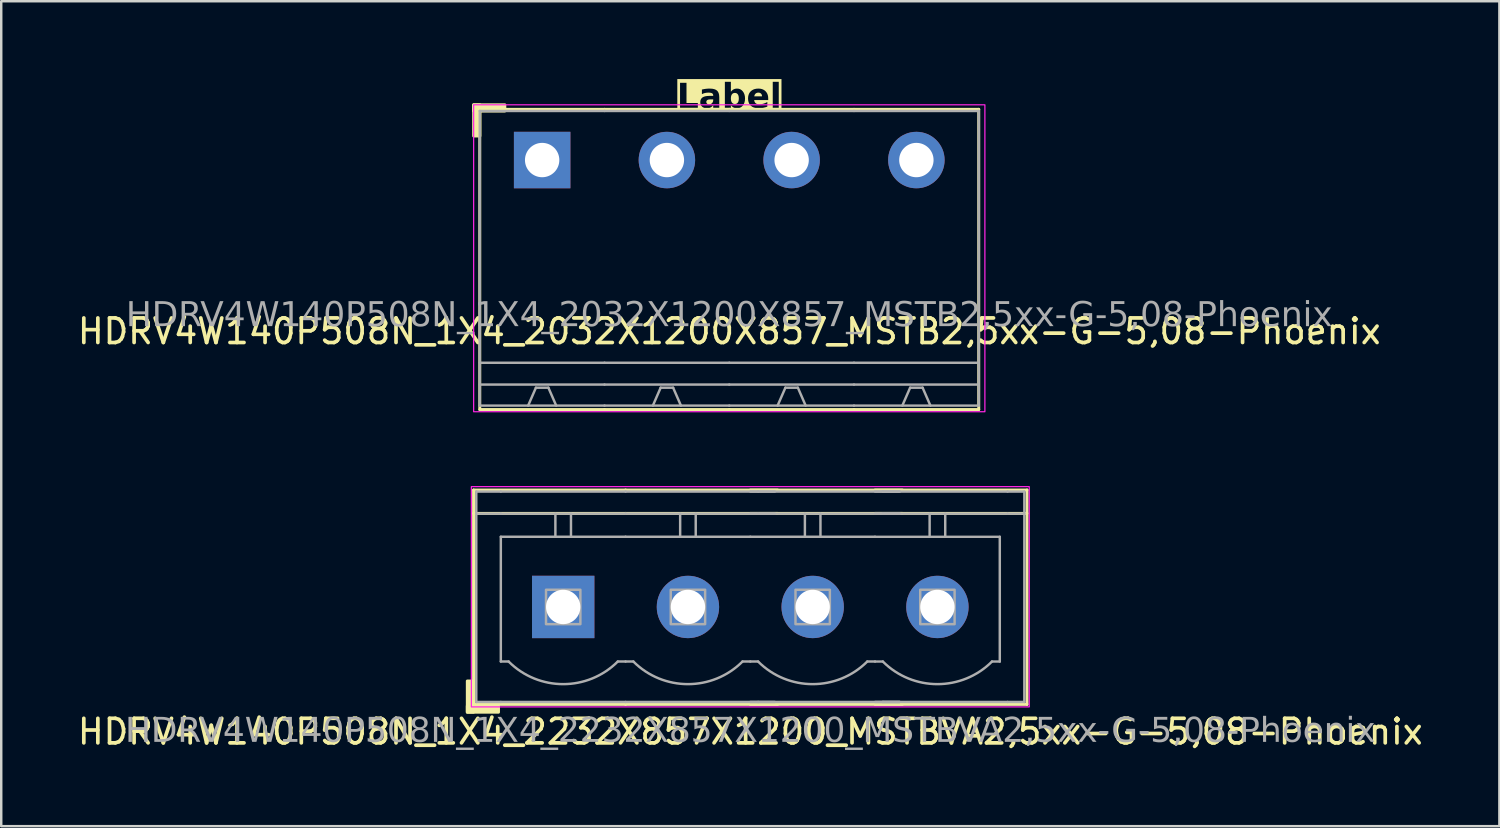
<source format=kicad_pcb>
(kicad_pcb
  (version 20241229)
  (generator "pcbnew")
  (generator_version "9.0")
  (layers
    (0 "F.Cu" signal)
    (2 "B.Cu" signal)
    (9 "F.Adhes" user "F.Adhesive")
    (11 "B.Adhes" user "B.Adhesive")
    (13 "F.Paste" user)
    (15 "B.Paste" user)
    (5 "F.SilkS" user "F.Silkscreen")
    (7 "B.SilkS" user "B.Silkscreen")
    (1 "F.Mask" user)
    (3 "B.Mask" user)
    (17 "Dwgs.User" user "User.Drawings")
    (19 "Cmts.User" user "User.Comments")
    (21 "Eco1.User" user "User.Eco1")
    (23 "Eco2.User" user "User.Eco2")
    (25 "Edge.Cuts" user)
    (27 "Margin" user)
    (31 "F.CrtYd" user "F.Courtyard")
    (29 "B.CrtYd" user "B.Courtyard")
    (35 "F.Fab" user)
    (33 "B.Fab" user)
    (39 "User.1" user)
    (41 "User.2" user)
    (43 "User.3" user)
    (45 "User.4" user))
  (footprint "HDRV4W140P508N_1X4_2232X857X1200_MSTBVA2,5xx-G-5,08-Phoenix"
    (layer "F.Cu")
    (at 27.506 21.668)
    (property "Reference" "HDRV4W140P508N_1X4_2232X857X1200_MSTBVA2,5xx-G-5,08-Phoenix" (at 0 5.08 0) (layer "F.SilkS") (effects (font (size 1 1) (thickness 0.15))))
    (attr through_hole)
    (fp_line (start -11.271 -4.763) (end -11.271 3.969) (stroke (width 0.12) (type solid)) (layer "F.SilkS"))
    (fp_line (start -11.271 -4.763) (end -5.08 -4.763) (stroke (width 0.12) (type solid)) (layer "F.SilkS"))
    (fp_line (start -11.271 -3.81) (end -5.08 -3.81) (stroke (width 0.12) (type solid)) (layer "F.SilkS"))
    (fp_line (start -11.271 3.969) (end -5.08 3.969) (stroke (width 0.12) (type solid)) (layer "F.SilkS"))
    (fp_line (start 1.111 -4.763) (end -5.08 -4.763) (stroke (width 0.12) (type solid)) (layer "F.SilkS"))
    (fp_line (start 1.111 -3.81) (end -5.08 -3.81) (stroke (width 0.12) (type solid)) (layer "F.SilkS"))
    (fp_line (start 1.111 3.969) (end -5.08 3.969) (stroke (width 0.12) (type solid)) (layer "F.SilkS"))
    (fp_line (start 6.191 -4.763) (end 0 -4.763) (stroke (width 0.12) (type solid)) (layer "F.SilkS"))
    (fp_line (start 6.191 -3.81) (end 0 -3.81) (stroke (width 0.12) (type solid)) (layer "F.SilkS"))
    (fp_line (start 6.191 3.969) (end 0 3.969) (stroke (width 0.12) (type solid)) (layer "F.SilkS"))
    (fp_line (start 11.271 -4.763) (end 5.08 -4.763) (stroke (width 0.12) (type solid)) (layer "F.SilkS"))
    (fp_line (start 11.271 -4.763) (end 11.271 3.969) (stroke (width 0.12) (type solid)) (layer "F.SilkS"))
    (fp_line (start 11.271 -3.81) (end 5.08 -3.81) (stroke (width 0.12) (type solid)) (layer "F.SilkS"))
    (fp_line (start 11.271 3.969) (end 5.08 3.969) (stroke (width 0.12) (type solid)) (layer "F.SilkS"))
    (fp_rect (start -11.271 3.016) (end -11.525 4.286) (stroke (width 0.12) (type solid)) (fill yes) (layer "F.SilkS"))
    (fp_rect (start -10.255 4.286) (end -11.525 4.032) (stroke (width 0.12) (type solid)) (fill yes) (layer "F.SilkS"))
    (fp_rect (start -11.36 -4.9) (end 11.36 4.07) (stroke (width 0.05) (type default)) (fill no) (layer "F.CrtYd"))
    (fp_line (start -11.16 -4.7) (end -11.16 3.87) (stroke (width 0.1) (type solid)) (layer "F.Fab"))
    (fp_line (start -11.16 -3.8) (end -10.16 -3.8) (stroke (width 0.1) (type solid)) (layer "F.Fab"))
    (fp_line (start -10.16 -4.7) (end -11.16 -4.7) (stroke (width 0.1) (type solid)) (layer "F.Fab"))
    (fp_line (start -10.16 -4.7) (end -5.08 -4.7) (stroke (width 0.1) (type solid)) (layer "F.Fab"))
    (fp_line (start -10.16 -2.858) (end -5.08 -2.858) (stroke (width 0.1) (type default)) (layer "F.Fab"))
    (fp_line (start -10.16 2.222) (end -10.16 -2.858) (stroke (width 0.1) (type default)) (layer "F.Fab"))
    (fp_line (start -10.16 3.87) (end -11.16 3.87) (stroke (width 0.1) (type solid)) (layer "F.Fab"))
    (fp_line (start -10.16 3.87) (end -5.08 3.87) (stroke (width 0.1) (type solid)) (layer "F.Fab"))
    (fp_line (start -9.842 2.222) (end -10.16 2.222) (stroke (width 0.1) (type default)) (layer "F.Fab"))
    (fp_line (start -7.938 -3.8) (end -7.938 -2.858) (stroke (width 0.1) (type default)) (layer "F.Fab"))
    (fp_line (start -7.303 -3.8) (end -7.303 -2.858) (stroke (width 0.1) (type default)) (layer "F.Fab"))
    (fp_line (start -5.08 -4.7) (end 0.318 -4.7) (stroke (width 0.1) (type solid)) (layer "F.Fab"))
    (fp_line (start -5.08 -3.8) (end -10.16 -3.8) (stroke (width 0.1) (type solid)) (layer "F.Fab"))
    (fp_line (start -5.08 -2.858) (end 0 -2.858) (stroke (width 0.1) (type default)) (layer "F.Fab"))
    (fp_line (start -5.08 2.222) (end -5.397 2.222) (stroke (width 0.1) (type default)) (layer "F.Fab"))
    (fp_line (start -5.08 3.87) (end 0.318 3.87) (stroke (width 0.1) (type solid)) (layer "F.Fab"))
    (fp_line (start -4.763 2.222) (end -5.08 2.222) (stroke (width 0.1) (type default)) (layer "F.Fab"))
    (fp_line (start -2.857 -3.8) (end -2.857 -2.858) (stroke (width 0.1) (type default)) (layer "F.Fab"))
    (fp_line (start -2.223 -3.8) (end -2.223 -2.858) (stroke (width 0.1) (type default)) (layer "F.Fab"))
    (fp_line (start 0 -4.7) (end 5.397 -4.7) (stroke (width 0.1) (type solid)) (layer "F.Fab"))
    (fp_line (start 0 -2.858) (end 5.08 -2.858) (stroke (width 0.1) (type default)) (layer "F.Fab"))
    (fp_line (start 0 2.222) (end -0.318 2.222) (stroke (width 0.1) (type default)) (layer "F.Fab"))
    (fp_line (start 0 3.87) (end 5.397 3.87) (stroke (width 0.1) (type solid)) (layer "F.Fab"))
    (fp_line (start 0.318 -4.7) (end 1 -4.7) (stroke (width 0.1) (type solid)) (layer "F.Fab"))
    (fp_line (start 0.318 -3.8) (end -5.08 -3.8) (stroke (width 0.1) (type solid)) (layer "F.Fab"))
    (fp_line (start 0.318 2.222) (end 0 2.222) (stroke (width 0.1) (type default)) (layer "F.Fab"))
    (fp_line (start 0.318 3.87) (end 1 3.87) (stroke (width 0.1) (type solid)) (layer "F.Fab"))
    (fp_line (start 1 -3.8) (end 0.318 -3.8) (stroke (width 0.1) (type solid)) (layer "F.Fab"))
    (fp_line (start 2.223 -3.8) (end 2.223 -2.858) (stroke (width 0.1) (type default)) (layer "F.Fab"))
    (fp_line (start 2.857 -3.8) (end 2.857 -2.858) (stroke (width 0.1) (type default)) (layer "F.Fab"))
    (fp_line (start 5.08 -4.7) (end 10.477 -4.7) (stroke (width 0.1) (type solid)) (layer "F.Fab"))
    (fp_line (start 5.08 -2.857) (end 10.16 -2.857) (stroke (width 0.1) (type default)) (layer "F.Fab"))
    (fp_line (start 5.08 2.222) (end 4.763 2.222) (stroke (width 0.1) (type default)) (layer "F.Fab"))
    (fp_line (start 5.08 3.87) (end 10.477 3.87) (stroke (width 0.1) (type solid)) (layer "F.Fab"))
    (fp_line (start 5.397 -4.7) (end 6.08 -4.7) (stroke (width 0.1) (type solid)) (layer "F.Fab"))
    (fp_line (start 5.397 -4.7) (end 6.08 -4.7) (stroke (width 0.1) (type solid)) (layer "F.Fab"))
    (fp_line (start 5.397 -3.8) (end 0 -3.8) (stroke (width 0.1) (type solid)) (layer "F.Fab"))
    (fp_line (start 5.397 2.223) (end 5.08 2.223) (stroke (width 0.1) (type default)) (layer "F.Fab"))
    (fp_line (start 5.397 3.87) (end 6.08 3.87) (stroke (width 0.1) (type solid)) (layer "F.Fab"))
    (fp_line (start 5.397 3.87) (end 6.08 3.87) (stroke (width 0.1) (type solid)) (layer "F.Fab"))
    (fp_line (start 6.08 -3.8) (end 5.397 -3.8) (stroke (width 0.1) (type solid)) (layer "F.Fab"))
    (fp_line (start 6.08 -3.8) (end 5.397 -3.8) (stroke (width 0.1) (type solid)) (layer "F.Fab"))
    (fp_line (start 7.303 -3.8) (end 7.303 -2.857) (stroke (width 0.1) (type default)) (layer "F.Fab"))
    (fp_line (start 7.938 -3.8) (end 7.938 -2.857) (stroke (width 0.1) (type default)) (layer "F.Fab"))
    (fp_line (start 10.16 2.223) (end 9.842 2.223) (stroke (width 0.1) (type default)) (layer "F.Fab"))
    (fp_line (start 10.16 2.223) (end 10.16 -2.857) (stroke (width 0.1) (type default)) (layer "F.Fab"))
    (fp_line (start 10.477 -4.7) (end 11.16 -4.7) (stroke (width 0.1) (type solid)) (layer "F.Fab"))
    (fp_line (start 10.477 -3.8) (end 5.08 -3.8) (stroke (width 0.1) (type solid)) (layer "F.Fab"))
    (fp_line (start 10.477 3.87) (end 11.16 3.87) (stroke (width 0.1) (type solid)) (layer "F.Fab"))
    (fp_line (start 11.16 -4.7) (end 11.16 3.87) (stroke (width 0.1) (type solid)) (layer "F.Fab"))
    (fp_line (start 11.16 -3.8) (end 10.477 -3.8) (stroke (width 0.1) (type solid)) (layer "F.Fab"))
    (fp_rect (start -6.92 -0.7) (end -8.32 0.7) (stroke (width 0.1) (type solid)) (fill no) (layer "F.Fab"))
    (fp_rect (start -1.84 -0.7) (end -3.24 0.7) (stroke (width 0.1) (type solid)) (fill no) (layer "F.Fab"))
    (fp_rect (start 3.24 -0.7) (end 1.84 0.7) (stroke (width 0.1) (type solid)) (fill no) (layer "F.Fab"))
    (fp_rect (start 8.32 -0.7) (end 6.92 0.7) (stroke (width 0.1) (type solid)) (fill no) (layer "F.Fab"))
    (fp_arc (start -5.3975 2.222492) (mid -7.62 3.143084) (end -9.8425 2.222492) (stroke (width 0.1) (type default)) (layer "F.Fab"))
    (fp_arc (start -0.3175 2.222492) (mid -2.54 3.143084) (end -4.7625 2.222492) (stroke (width 0.1) (type default)) (layer "F.Fab"))
    (fp_arc (start 4.7625 2.222484) (mid 2.54 3.143076) (end 0.3175 2.222484) (stroke (width 0.1) (type default)) (layer "F.Fab"))
    (fp_arc (start 9.8425 2.2225) (mid 7.62 3.143092) (end 5.3975 2.2225) (stroke (width 0.1) (type default)) (layer "F.Fab"))
    (fp_text user "${REFERENCE}" (at 0 5.08 0) (layer "F.Fab") (effects (font (face "Tahoma") (size 1 1) (thickness 0.15))))
    (pad "1" thru_hole rect (at -7.62 -0.000008) (size 2.54 2.54) (drill 1.4) (layers "*.Cu" "*.Mask"))
    (pad "2" thru_hole circle (at -2.54 -0.000008) (size 2.54 2.54) (drill 1.4) (layers "*.Cu" "*.Mask"))
    (pad "3" thru_hole circle (at 2.54 -0.000016) (size 2.54 2.54) (drill 1.4) (layers "*.Cu" "*.Mask"))
    (pad "4" thru_hole circle (at 7.62 0) (size 2.54 2.54) (drill 1.4) (layers "*.Cu" "*.Mask")))
  (footprint "HDRV4W140P508N_1X4_2032X1200X857_MSTB2,5xx-G-5,08-Phoenix"
    (layer "F.Cu")
    (at 26.649 3.468)
    (property "Reference" "HDRV4W140P508N_1X4_2032X1200X857_MSTB2,5xx-G-5,08-Phoenix" (at 0 6.975 0) (layer "F.SilkS") (effects (font (size 1 1) (thickness 0.15))))
    (property "Label" "Label" (at 0 -2.54 0) (layer "F.SilkS" knockout) (effects (font (face "Tahoma") (size 1 1) (thickness 0.2) (bold yes))))
    (attr through_hole)
    (fp_line (start -10.16 -2.065) (end -10.16 10.16) (stroke (width 0.12) (type solid)) (layer "F.SilkS"))
    (fp_line (start -10.16 10.16) (end -5.08 10.16) (stroke (width 0.12) (type solid)) (layer "F.SilkS"))
    (fp_line (start -5.08 -2.065) (end -10.16 -2.065) (stroke (width 0.12) (type solid)) (layer "F.SilkS"))
    (fp_line (start -5.08 -2.065) (end 0 -2.065) (stroke (width 0.12) (type solid)) (layer "F.SilkS"))
    (fp_line (start 0 -2.065) (end 5.08 -2.065) (stroke (width 0.12) (type solid)) (layer "F.SilkS"))
    (fp_line (start 0 10.16) (end -5.08 10.16) (stroke (width 0.12) (type solid)) (layer "F.SilkS"))
    (fp_line (start 5.08 -2.065) (end 10.16 -2.065) (stroke (width 0.12) (type solid)) (layer "F.SilkS"))
    (fp_line (start 5.08 10.16) (end 0 10.16) (stroke (width 0.12) (type solid)) (layer "F.SilkS"))
    (fp_line (start 10.16 -2.065) (end 10.16 10.16) (stroke (width 0.12) (type solid)) (layer "F.SilkS"))
    (fp_line (start 10.16 10.16) (end 5.08 10.16) (stroke (width 0.12) (type solid)) (layer "F.SilkS"))
    (fp_rect (start -10.41 -2.25) (end -10.156 -0.98) (stroke (width 0.12) (type solid)) (fill yes) (layer "F.SilkS"))
    (fp_rect (start -10.41 -2.25) (end -9.14 -1.996) (stroke (width 0.12) (type solid)) (fill yes) (layer "F.SilkS"))
    (fp_rect (start -10.41 -2.25) (end 10.41 10.25) (stroke (width 0.05) (type default)) (fill no) (layer "F.CrtYd"))
    (fp_line (start -10.16 -2) (end -10.16 10) (stroke (width 0.1) (type solid)) (layer "F.Fab"))
    (fp_line (start -7.874 9.271) (end -8.191 10) (stroke (width 0.1) (type default)) (layer "F.Fab"))
    (fp_line (start -7.366 9.271) (end -7.874 9.271) (stroke (width 0.1) (type default)) (layer "F.Fab"))
    (fp_line (start -7.366 9.271) (end -7.048 10) (stroke (width 0.1) (type default)) (layer "F.Fab"))
    (fp_line (start -5.08 -2) (end -10.16 -2) (stroke (width 0.1) (type solid)) (layer "F.Fab"))
    (fp_line (start -5.08 -2) (end 0 -2) (stroke (width 0.1) (type solid)) (layer "F.Fab"))
    (fp_line (start -5.08 8.255) (end -10.16 8.255) (stroke (width 0.1) (type solid)) (layer "F.Fab"))
    (fp_line (start -5.08 8.255) (end 0 8.255) (stroke (width 0.1) (type solid)) (layer "F.Fab"))
    (fp_line (start -5.08 9.144) (end -10.16 9.144) (stroke (width 0.1) (type solid)) (layer "F.Fab"))
    (fp_line (start -5.08 9.144) (end 0 9.144) (stroke (width 0.1) (type solid)) (layer "F.Fab"))
    (fp_line (start -5.08 10) (end -10.16 10) (stroke (width 0.1) (type solid)) (layer "F.Fab"))
    (fp_line (start -5.08 10) (end 0 10) (stroke (width 0.1) (type solid)) (layer "F.Fab"))
    (fp_line (start -2.794 9.271) (end -3.111 10) (stroke (width 0.1) (type default)) (layer "F.Fab"))
    (fp_line (start -2.286 9.271) (end -2.794 9.271) (stroke (width 0.1) (type default)) (layer "F.Fab"))
    (fp_line (start -2.286 9.271) (end -1.968 10) (stroke (width 0.1) (type default)) (layer "F.Fab"))
    (fp_line (start 0 -2) (end 5.08 -2) (stroke (width 0.1) (type solid)) (layer "F.Fab"))
    (fp_line (start 0 8.255) (end 5.08 8.255) (stroke (width 0.1) (type solid)) (layer "F.Fab"))
    (fp_line (start 0 9.144) (end 5.08 9.144) (stroke (width 0.1) (type solid)) (layer "F.Fab"))
    (fp_line (start 0 10) (end 5.08 10) (stroke (width 0.1) (type solid)) (layer "F.Fab"))
    (fp_line (start 2.286 9.271) (end 1.968 10) (stroke (width 0.1) (type default)) (layer "F.Fab"))
    (fp_line (start 2.794 9.271) (end 2.286 9.271) (stroke (width 0.1) (type default)) (layer "F.Fab"))
    (fp_line (start 2.794 9.271) (end 3.111 10) (stroke (width 0.1) (type default)) (layer "F.Fab"))
    (fp_line (start 5.08 -2) (end 10.16 -2) (stroke (width 0.1) (type solid)) (layer "F.Fab"))
    (fp_line (start 5.08 8.255) (end 10.16 8.255) (stroke (width 0.1) (type solid)) (layer "F.Fab"))
    (fp_line (start 5.08 9.144) (end 10.16 9.144) (stroke (width 0.1) (type solid)) (layer "F.Fab"))
    (fp_line (start 5.08 10) (end 10.16 10) (stroke (width 0.1) (type solid)) (layer "F.Fab"))
    (fp_line (start 7.366 9.271) (end 7.048 10) (stroke (width 0.1) (type default)) (layer "F.Fab"))
    (fp_line (start 7.874 9.271) (end 7.366 9.271) (stroke (width 0.1) (type default)) (layer "F.Fab"))
    (fp_line (start 7.874 9.271) (end 8.191 10) (stroke (width 0.1) (type default)) (layer "F.Fab"))
    (fp_line (start 10.16 -2) (end 10.16 10) (stroke (width 0.1) (type solid)) (layer "F.Fab"))
    (fp_rect (start -7.874 -0.254) (end -7.366 0.254) (stroke (width 0.1) (type solid)) (fill no) (layer "F.Fab"))
    (fp_rect (start -2.286 -0.254) (end -2.794 0.254) (stroke (width 0.1) (type solid)) (fill no) (layer "F.Fab"))
    (fp_rect (start 2.794 -0.254) (end 2.286 0.254) (stroke (width 0.1) (type solid)) (fill no) (layer "F.Fab"))
    (fp_rect (start 7.874 -0.254) (end 7.366 0.254) (stroke (width 0.1) (type solid)) (fill no) (layer "F.Fab"))
    (fp_text user "${REFERENCE}" (at 0 6.35 0) (layer "F.Fab") (effects (font (face "Tahoma") (size 1 1) (thickness 0.15))))
    (pad "1" thru_hole rect (at -7.62 0) (size 2.3 2.3) (drill 1.4) (layers "*.Cu" "*.Mask"))
    (pad "2" thru_hole circle (at -2.54 0) (size 2.3 2.3) (drill 1.4) (layers "*.Cu" "*.Mask"))
    (pad "3" thru_hole circle (at 2.54 0) (size 2.3 2.3) (drill 1.4) (layers "*.Cu" "*.Mask"))
    (pad "4" thru_hole circle (at 7.62 0) (size 2.3 2.3) (drill 1.4) (layers "*.Cu" "*.Mask")))
  (gr_rect
    (start -3 -3)
    (end 58.012 30.596)
    (stroke (width 0.1) (type default))
    (fill no)
    (layer "Edge.Cuts")))
</source>
